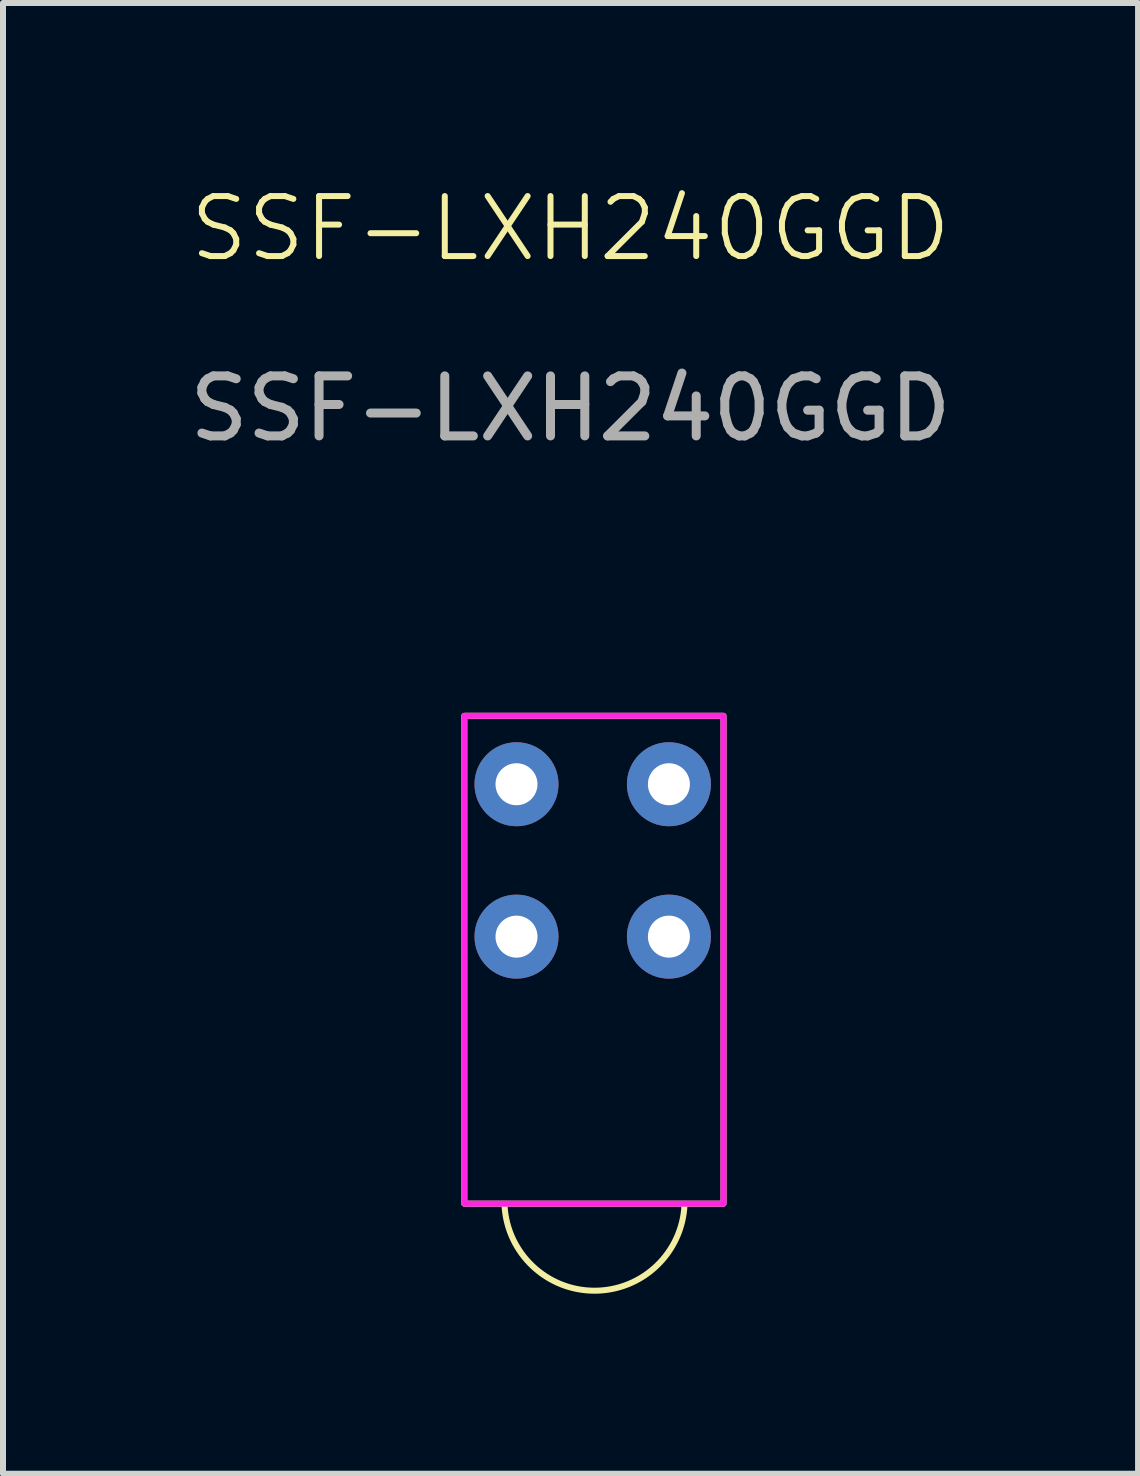
<source format=kicad_pcb>
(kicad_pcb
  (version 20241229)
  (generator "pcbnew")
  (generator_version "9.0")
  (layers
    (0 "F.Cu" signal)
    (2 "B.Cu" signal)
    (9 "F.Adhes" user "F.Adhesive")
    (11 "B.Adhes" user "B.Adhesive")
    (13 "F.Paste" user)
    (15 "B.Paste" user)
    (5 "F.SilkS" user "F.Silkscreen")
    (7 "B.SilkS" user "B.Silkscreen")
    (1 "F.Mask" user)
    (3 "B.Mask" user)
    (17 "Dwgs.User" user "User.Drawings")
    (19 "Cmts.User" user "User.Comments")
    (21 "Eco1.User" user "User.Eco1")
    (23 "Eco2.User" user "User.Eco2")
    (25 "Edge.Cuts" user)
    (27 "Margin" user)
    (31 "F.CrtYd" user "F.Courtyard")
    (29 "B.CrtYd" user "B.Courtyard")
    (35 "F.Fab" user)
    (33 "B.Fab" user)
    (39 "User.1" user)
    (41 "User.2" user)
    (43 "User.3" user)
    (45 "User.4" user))
  (footprint "SSF-LXH240GGD"
    (layer "F.Cu")
    (at 5.558 12.56)
    (property "Reference" "SSF-LXH240GGD" (at 0.9 -11.8 0) (unlocked yes) (layer "F.SilkS") (effects (font (size 1 1) (thickness 0.1))))
    (attr smd)
    (fp_rect (start -0.87 -3.68) (end 3.45 4.45) (stroke (width 0.1) (type default)) (fill no) (layer "F.SilkS"))
    (fp_arc (start 2.8 4.468377) (mid 1.305377 5.9) (end -0.19946 4.479117) (stroke (width 0.1) (type default)) (layer "F.SilkS"))
    (fp_rect (start -0.87 -3.68) (end 3.45 4.45) (stroke (width 0.1) (type default)) (fill no) (layer "F.CrtYd"))
    (fp_text user "${REFERENCE}" (at 0.9 -8.8 0) (unlocked yes) (layer "F.Fab") (effects (font (size 1 1) (thickness 0.15))))
    (pad "1" thru_hole circle (at 0 0) (size 1.4 1.4) (drill 0.7) (layers "*.Cu" "*.Mask"))
    (pad "2" thru_hole circle (at 0 -2.54) (size 1.4 1.4) (drill 0.7) (layers "*.Cu" "*.Mask"))
    (pad "3" thru_hole circle (at 2.54 0) (size 1.4 1.4) (drill 0.7) (layers "*.Cu" "*.Mask"))
    (pad "4" thru_hole circle (at 2.54 -2.54) (size 1.4 1.4) (drill 0.7) (layers "*.Cu" "*.Mask")))
  (gr_rect
    (start -3 -3)
    (end 15.917 21.511)
    (stroke (width 0.1) (type default))
    (fill no)
    (layer "Edge.Cuts")))
</source>
